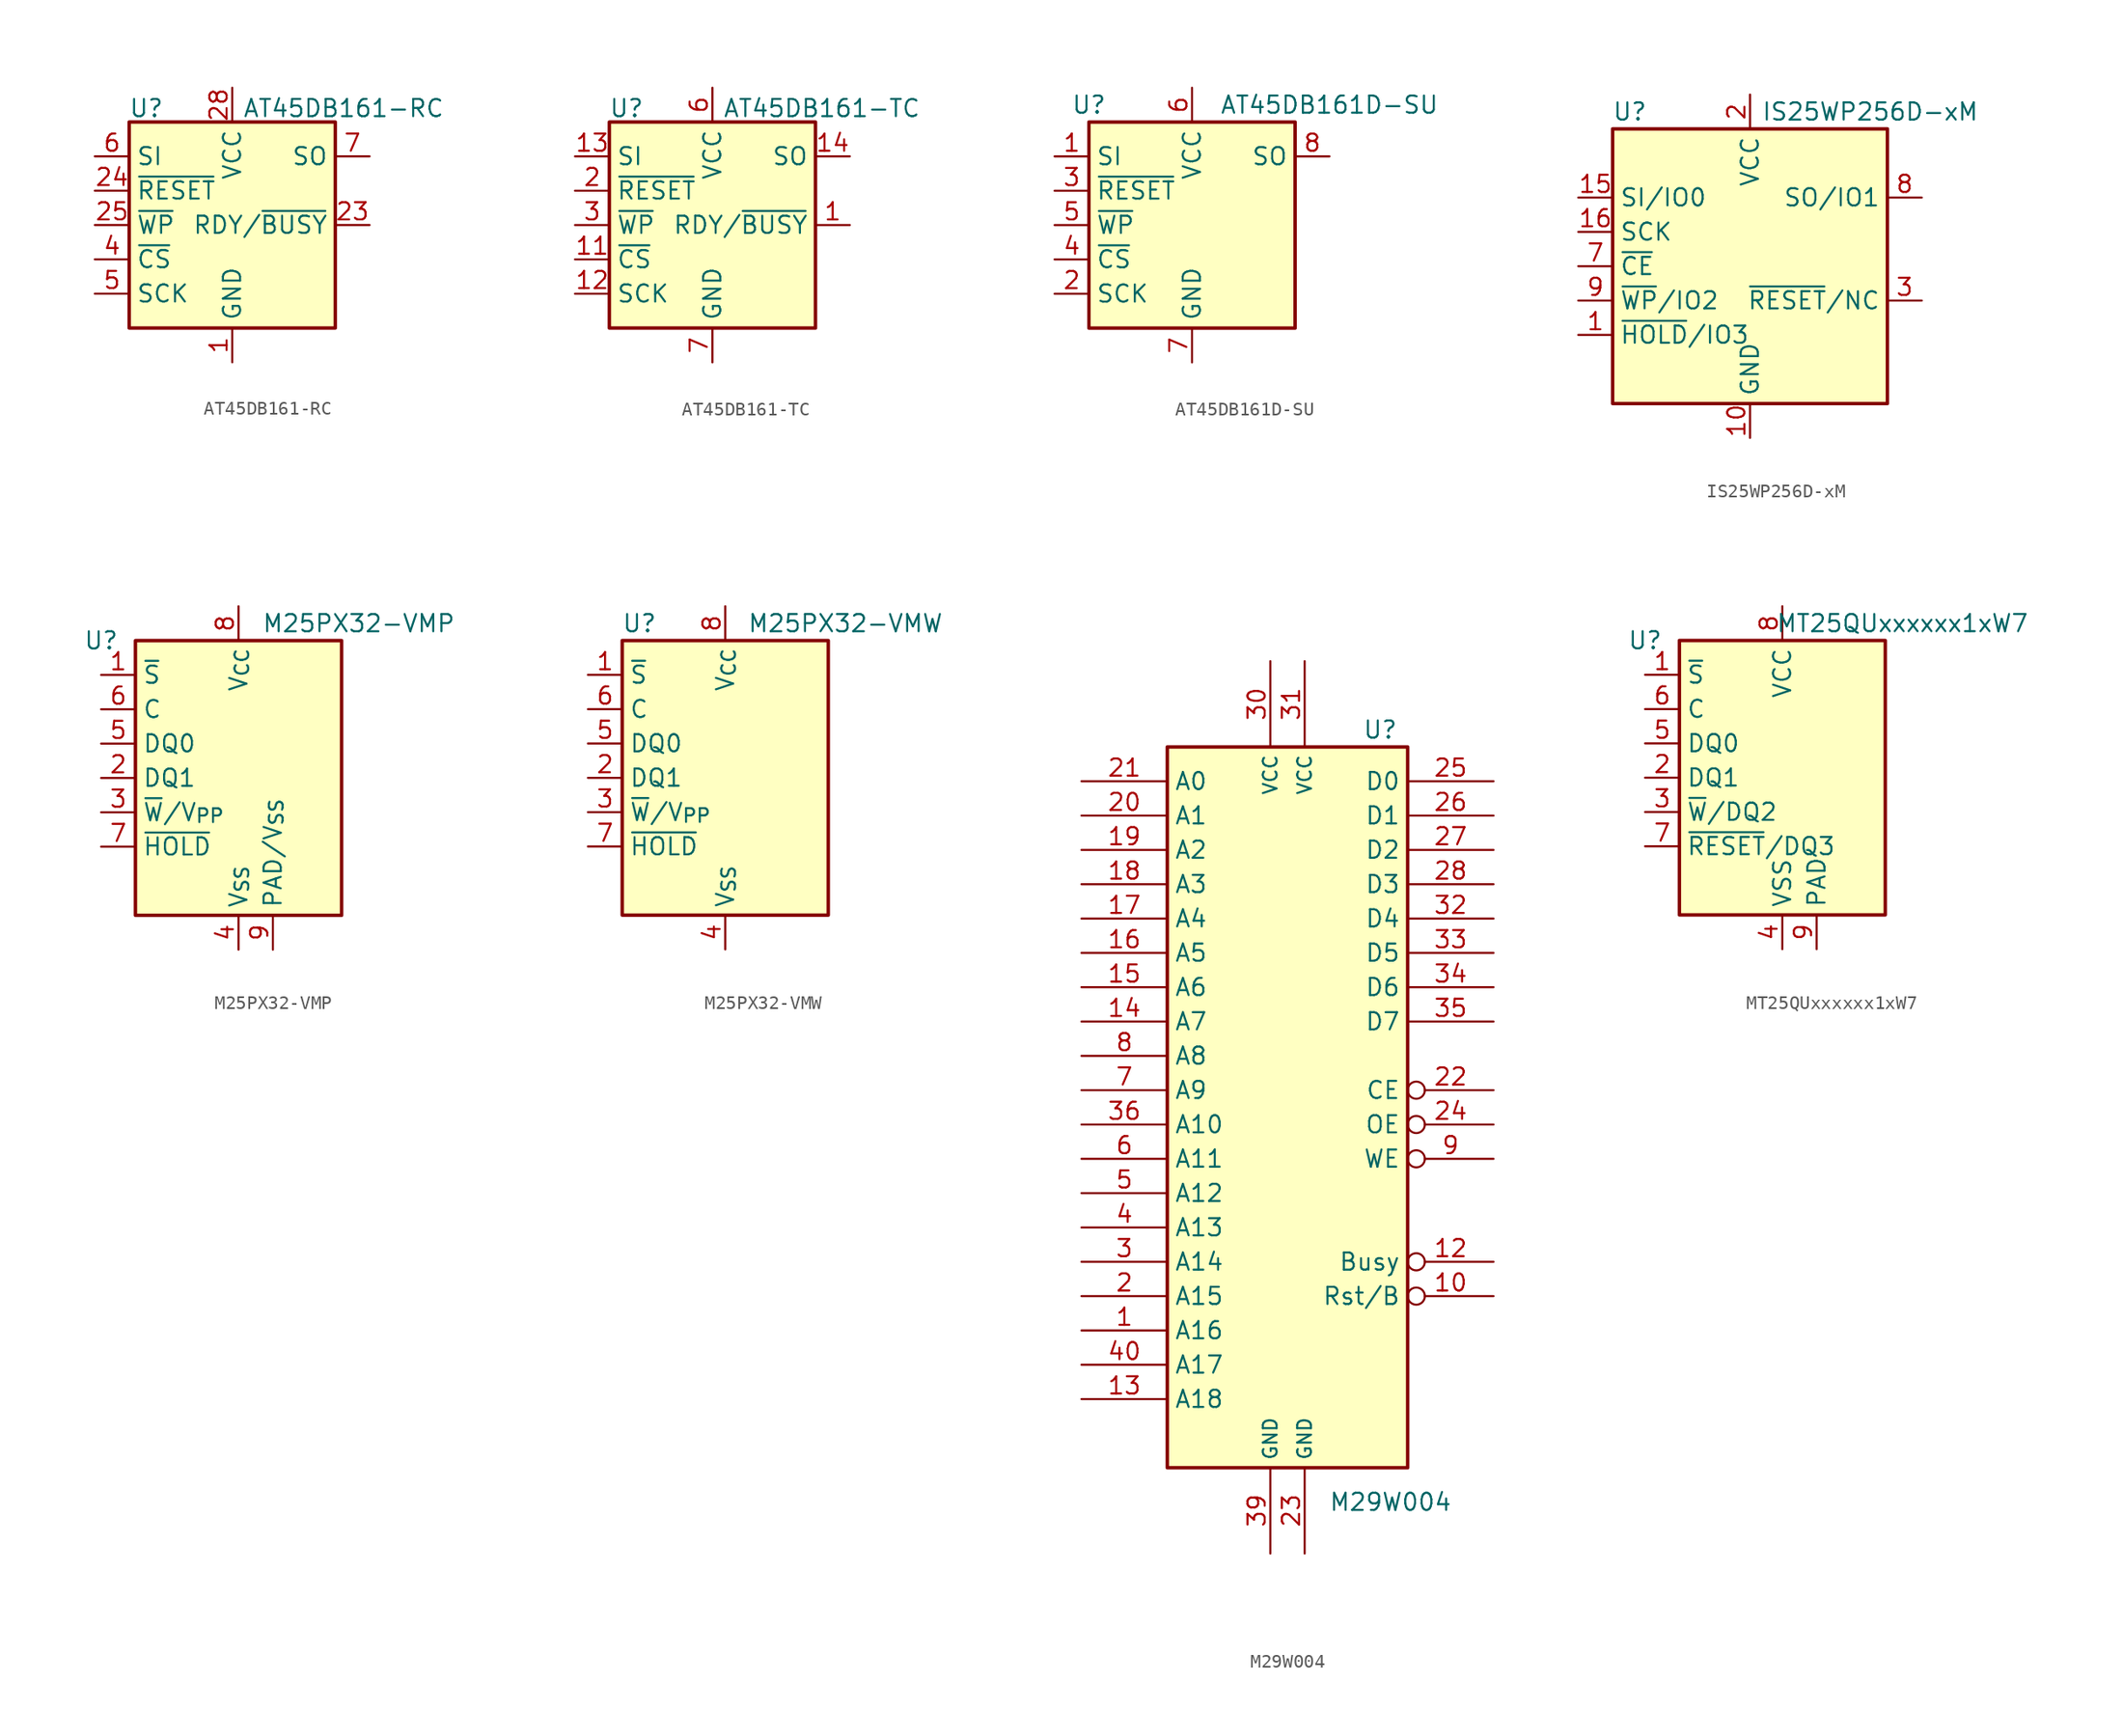
<source format=kicad_sym>
(kicad_symbol_lib
  (version 20241209)
  (generator "kicad_symbol_editor")
  (generator_version "9.0")
  (symbol "AT45DB161-RC"
    (property "Reference" "U"
      (at -6.35 8.636 0)
      (effects (font (size 1.27 1.27))))
    (property "Value" "AT45DB161-RC"
      (at 0.762 8.636 0)
      (effects (font (size 1.27 1.27)) (justify left)))
    (symbol "AT45DB161-RC_0_1"
      (rectangle (start -7.62 7.62) (end 7.62 -7.62) (stroke (width 0.254) (type default)) (fill (type background))))
    (symbol "AT45DB161-RC_1_1"
      (pin input line (at -10.16 5.08 0) (length 2.54) (name "SI" (effects (font (size 1.27 1.27)))) (number "6" (effects (font (size 1.27 1.27)))))
      (pin input line (at -10.16 2.54 0) (length 2.54) (name "~{RESET}" (effects (font (size 1.27 1.27)))) (number "24" (effects (font (size 1.27 1.27)))))
      (pin input line (at -10.16 0 0) (length 2.54) (name "~{WP}" (effects (font (size 1.27 1.27)))) (number "25" (effects (font (size 1.27 1.27)))))
      (pin input line (at -10.16 -2.54 0) (length 2.54) (name "~{CS}" (effects (font (size 1.27 1.27)))) (number "4" (effects (font (size 1.27 1.27)))))
      (pin input line (at -10.16 -5.08 0) (length 2.54) (name "SCK" (effects (font (size 1.27 1.27)))) (number "5" (effects (font (size 1.27 1.27)))))
      (pin power_in line (at 0 10.16 270) (length 2.54) (name "VCC" (effects (font (size 1.27 1.27)))) (number "28" (effects (font (size 1.27 1.27)))))
      (pin power_in line (at 0 -10.16 90) (length 2.54) (name "GND" (effects (font (size 1.27 1.27)))) (number "1" (effects (font (size 1.27 1.27)))))
      (pin output line (at 10.16 5.08 180) (length 2.54) (name "SO" (effects (font (size 1.27 1.27)))) (number "7" (effects (font (size 1.27 1.27)))))
      (pin output line (at 10.16 0 180) (length 2.54) (name "RDY/~{BUSY}" (effects (font (size 1.27 1.27)))) (number "23" (effects (font (size 1.27 1.27)))))))
  (symbol "AT45DB161-TC"
    (property "Reference" "U"
      (at -6.35 8.636 0)
      (effects (font (size 1.27 1.27))))
    (property "Value" "AT45DB161-TC"
      (at 0.762 8.636 0)
      (effects (font (size 1.27 1.27)) (justify left)))
    (symbol "AT45DB161-TC_0_1"
      (rectangle (start -7.62 7.62) (end 7.62 -7.62) (stroke (width 0.254) (type default)) (fill (type background))))
    (symbol "AT45DB161-TC_1_1"
      (pin input line (at -10.16 5.08 0) (length 2.54) (name "SI" (effects (font (size 1.27 1.27)))) (number "13" (effects (font (size 1.27 1.27)))))
      (pin input line (at -10.16 2.54 0) (length 2.54) (name "~{RESET}" (effects (font (size 1.27 1.27)))) (number "2" (effects (font (size 1.27 1.27)))))
      (pin input line (at -10.16 0 0) (length 2.54) (name "~{WP}" (effects (font (size 1.27 1.27)))) (number "3" (effects (font (size 1.27 1.27)))))
      (pin input line (at -10.16 -2.54 0) (length 2.54) (name "~{CS}" (effects (font (size 1.27 1.27)))) (number "11" (effects (font (size 1.27 1.27)))))
      (pin input line (at -10.16 -5.08 0) (length 2.54) (name "SCK" (effects (font (size 1.27 1.27)))) (number "12" (effects (font (size 1.27 1.27)))))
      (pin power_in line (at 0 10.16 270) (length 2.54) (name "VCC" (effects (font (size 1.27 1.27)))) (number "6" (effects (font (size 1.27 1.27)))))
      (pin power_in line (at 0 -10.16 90) (length 2.54) (name "GND" (effects (font (size 1.27 1.27)))) (number "7" (effects (font (size 1.27 1.27)))))
      (pin output line (at 10.16 5.08 180) (length 2.54) (name "SO" (effects (font (size 1.27 1.27)))) (number "14" (effects (font (size 1.27 1.27)))))
      (pin output line (at 10.16 0 180) (length 2.54) (name "RDY/~{BUSY}" (effects (font (size 1.27 1.27)))) (number "1" (effects (font (size 1.27 1.27)))))))
  (symbol "AT45DB161D-SU"
    (property "Reference" "U"
      (at -7.62 8.89 0)
      (effects (font (size 1.27 1.27))))
    (property "Value" "AT45DB161D-SU"
      (at 10.16 8.89 0)
      (effects (font (size 1.27 1.27))))
    (symbol "AT45DB161D-SU_1_1"
      (rectangle (start -7.62 7.62) (end 7.62 -7.62) (stroke (width 0.254) (type default)) (fill (type background)))
      (pin input line (at -10.16 5.08 0) (length 2.54) (name "SI" (effects (font (size 1.27 1.27)))) (number "1" (effects (font (size 1.27 1.27)))))
      (pin bidirectional line (at -10.16 2.54 0) (length 2.54) (name "~{RESET}" (effects (font (size 1.27 1.27)))) (number "3" (effects (font (size 1.27 1.27)))))
      (pin input line (at -10.16 0 0) (length 2.54) (name "~{WP}" (effects (font (size 1.27 1.27)))) (number "5" (effects (font (size 1.27 1.27)))))
      (pin input line (at -10.16 -2.54 0) (length 2.54) (name "~{CS}" (effects (font (size 1.27 1.27)))) (number "4" (effects (font (size 1.27 1.27)))))
      (pin input line (at -10.16 -5.08 0) (length 2.54) (name "SCK" (effects (font (size 1.27 1.27)))) (number "2" (effects (font (size 1.27 1.27)))))
      (pin power_in line (at 0 10.16 270) (length 2.54) (name "VCC" (effects (font (size 1.27 1.27)))) (number "6" (effects (font (size 1.27 1.27)))))
      (pin power_in line (at 0 -10.16 90) (length 2.54) (name "GND" (effects (font (size 1.27 1.27)))) (number "7" (effects (font (size 1.27 1.27)))))
      (pin output line (at 10.16 5.08 180) (length 2.54) (name "SO" (effects (font (size 1.27 1.27)))) (number "8" (effects (font (size 1.27 1.27)))))))
  (symbol "IS25WP256D-xM"
    (property "Reference" "U"
      (at -8.89 11.43 0)
      (effects (font (size 1.27 1.27))))
    (property "Value" "IS25WP256D-xM"
      (at 8.89 11.43 0)
      (effects (font (size 1.27 1.27))))
    (symbol "IS25WP256D-xM_0_1"
      (rectangle (start 10.16 -10.16) (end -10.16 10.16) (stroke (width 0.254) (type default)) (fill (type background)))
      (pin bidirectional line (at -12.7 5.08 0) (length 2.54) (name "SI/IO0" (effects (font (size 1.27 1.27)))) (number "15" (effects (font (size 1.27 1.27)))))
      (pin input line (at -12.7 2.54 0) (length 2.54) (name "SCK" (effects (font (size 1.27 1.27)))) (number "16" (effects (font (size 1.27 1.27)))))
      (pin input line (at -12.7 0 0) (length 2.54) (name "~{CE}" (effects (font (size 1.27 1.27)))) (number "7" (effects (font (size 1.27 1.27)))))
      (pin bidirectional line (at -12.7 -2.54 0) (length 2.54) (name "~{WP}/IO2" (effects (font (size 1.27 1.27)))) (number "9" (effects (font (size 1.27 1.27)))))
      (pin bidirectional line (at -12.7 -5.08 0) (length 2.54) (name "~{HOLD}/IO3" (effects (font (size 1.27 1.27)))) (number "1" (effects (font (size 1.27 1.27)))))
      (pin no_connect line (at -10.16 7.62 0) (length 2.54) (hide yes) (name "NC" (effects (font (size 1.27 1.27)))) (number "4" (effects (font (size 1.27 1.27)))))
      (pin no_connect line (at -10.16 -7.62 0) (length 2.54) (hide yes) (name "NC" (effects (font (size 1.27 1.27)))) (number "5" (effects (font (size 1.27 1.27)))))
      (pin power_in line (at 0 12.7 270) (length 2.54) (name "VCC" (effects (font (size 1.27 1.27)))) (number "2" (effects (font (size 1.27 1.27)))))
      (pin power_in line (at 0 -12.7 90) (length 2.54) (name "GND" (effects (font (size 1.27 1.27)))) (number "10" (effects (font (size 1.27 1.27)))))
      (pin no_connect line (at 10.16 7.62 180) (length 2.54) (hide yes) (name "NC" (effects (font (size 1.27 1.27)))) (number "13" (effects (font (size 1.27 1.27)))))
      (pin no_connect line (at 10.16 2.54 180) (length 2.54) (hide yes) (name "NC" (effects (font (size 1.27 1.27)))) (number "6" (effects (font (size 1.27 1.27)))))
      (pin no_connect line (at 10.16 0 180) (length 2.54) (hide yes) (name "NC" (effects (font (size 1.27 1.27)))) (number "11" (effects (font (size 1.27 1.27)))))
      (pin no_connect line (at 10.16 -5.08 180) (length 2.54) (hide yes) (name "NC" (effects (font (size 1.27 1.27)))) (number "12" (effects (font (size 1.27 1.27)))))
      (pin no_connect line (at 10.16 -7.62 180) (length 2.54) (hide yes) (name "NC" (effects (font (size 1.27 1.27)))) (number "14" (effects (font (size 1.27 1.27)))))
      (pin bidirectional line (at 12.7 5.08 180) (length 2.54) (name "SO/IO1" (effects (font (size 1.27 1.27)))) (number "8" (effects (font (size 1.27 1.27)))))
      (pin input line (at 12.7 -2.54 180) (length 2.54) (name "~{RESET}/NC" (effects (font (size 1.27 1.27)))) (number "3" (effects (font (size 1.27 1.27)))))))
  (symbol "M25PX32-VMP"
    (property "Reference" "U"
      (at -10.16 10.16 0)
      (effects (font (size 1.27 1.27))))
    (property "Value" "M25PX32-VMP"
      (at 8.89 11.43 0)
      (effects (font (size 1.27 1.27))))
    (symbol "M25PX32-VMP_0_1"
      (rectangle (start -7.62 10.16) (end 7.62 -10.16) (stroke (width 0.254) (type default)) (fill (type background))))
    (symbol "M25PX32-VMP_1_1"
      (pin input line (at -10.16 7.62 0) (length 2.54) (name "~{S}" (effects (font (size 1.27 1.27)))) (number "1" (effects (font (size 1.27 1.27)))))
      (pin input line (at -10.16 5.08 0) (length 2.54) (name "C" (effects (font (size 1.27 1.27)))) (number "6" (effects (font (size 1.27 1.27)))))
      (pin bidirectional line (at -10.16 2.54 0) (length 2.54) (name "DQ0" (effects (font (size 1.27 1.27)))) (number "5" (effects (font (size 1.27 1.27)))))
      (pin bidirectional line (at -10.16 0 0) (length 2.54) (name "DQ1" (effects (font (size 1.27 1.27)))) (number "2" (effects (font (size 1.27 1.27)))))
      (pin input line (at -10.16 -2.54 0) (length 2.54) (name "~{W}/V_{PP}" (effects (font (size 1.27 1.27)))) (number "3" (effects (font (size 1.27 1.27)))))
      (pin input line (at -10.16 -5.08 0) (length 2.54) (name "~{HOLD}" (effects (font (size 1.27 1.27)))) (number "7" (effects (font (size 1.27 1.27)))))
      (pin power_in line (at 0 12.7 270) (length 2.54) (name "V_{CC}" (effects (font (size 1.27 1.27)))) (number "8" (effects (font (size 1.27 1.27)))))
      (pin power_in line (at 0 -12.7 90) (length 2.54) (name "V_{SS}" (effects (font (size 1.27 1.27)))) (number "4" (effects (font (size 1.27 1.27)))))
      (pin power_in line (at 2.54 -12.7 90) (length 2.54) (name "PAD/V_{SS}" (effects (font (size 1.27 1.27)))) (number "9" (effects (font (size 1.27 1.27)))))))
  (symbol "M25PX32-VMW"
    (property "Reference" "U"
      (at -6.35 11.43 0)
      (effects (font (size 1.27 1.27))))
    (property "Value" "M25PX32-VMW"
      (at 8.89 11.43 0)
      (effects (font (size 1.27 1.27))))
    (symbol "M25PX32-VMW_0_1"
      (rectangle (start -7.62 10.16) (end 7.62 -10.16) (stroke (width 0.254) (type default)) (fill (type background))))
    (symbol "M25PX32-VMW_1_1"
      (pin input line (at -10.16 7.62 0) (length 2.54) (name "~{S}" (effects (font (size 1.27 1.27)))) (number "1" (effects (font (size 1.27 1.27)))))
      (pin input line (at -10.16 5.08 0) (length 2.54) (name "C" (effects (font (size 1.27 1.27)))) (number "6" (effects (font (size 1.27 1.27)))))
      (pin bidirectional line (at -10.16 2.54 0) (length 2.54) (name "DQ0" (effects (font (size 1.27 1.27)))) (number "5" (effects (font (size 1.27 1.27)))))
      (pin bidirectional line (at -10.16 0 0) (length 2.54) (name "DQ1" (effects (font (size 1.27 1.27)))) (number "2" (effects (font (size 1.27 1.27)))))
      (pin input line (at -10.16 -2.54 0) (length 2.54) (name "~{W}/V_{PP}" (effects (font (size 1.27 1.27)))) (number "3" (effects (font (size 1.27 1.27)))))
      (pin input line (at -10.16 -5.08 0) (length 2.54) (name "~{HOLD}" (effects (font (size 1.27 1.27)))) (number "7" (effects (font (size 1.27 1.27)))))
      (pin power_in line (at 0 12.7 270) (length 2.54) (name "V_{CC}" (effects (font (size 1.27 1.27)))) (number "8" (effects (font (size 1.27 1.27)))))
      (pin power_in line (at 0 -12.7 90) (length 2.54) (name "V_{SS}" (effects (font (size 1.27 1.27)))) (number "4" (effects (font (size 1.27 1.27)))))))
  (symbol "M29W004"
    (property "Reference" "U"
      (at 6.858 27.94 0)
      (effects (font (size 1.27 1.27))))
    (property "Value" "M29W004"
      (at 7.62 -29.21 0)
      (effects (font (size 1.27 1.27))))
    (symbol "M29W004_0_1"
      (rectangle (start -8.89 26.67) (end 8.89 -26.67) (stroke (width 0.254) (type default)) (fill (type background))))
    (symbol "M29W004_1_1"
      (pin input line (at -15.24 24.13 0) (length 6.35) (name "A0" (effects (font (size 1.27 1.27)))) (number "21" (effects (font (size 1.27 1.27)))))
      (pin input line (at -15.24 21.59 0) (length 6.35) (name "A1" (effects (font (size 1.27 1.27)))) (number "20" (effects (font (size 1.27 1.27)))))
      (pin input line (at -15.24 19.05 0) (length 6.35) (name "A2" (effects (font (size 1.27 1.27)))) (number "19" (effects (font (size 1.27 1.27)))))
      (pin input line (at -15.24 16.51 0) (length 6.35) (name "A3" (effects (font (size 1.27 1.27)))) (number "18" (effects (font (size 1.27 1.27)))))
      (pin input line (at -15.24 13.97 0) (length 6.35) (name "A4" (effects (font (size 1.27 1.27)))) (number "17" (effects (font (size 1.27 1.27)))))
      (pin input line (at -15.24 11.43 0) (length 6.35) (name "A5" (effects (font (size 1.27 1.27)))) (number "16" (effects (font (size 1.27 1.27)))))
      (pin input line (at -15.24 8.89 0) (length 6.35) (name "A6" (effects (font (size 1.27 1.27)))) (number "15" (effects (font (size 1.27 1.27)))))
      (pin input line (at -15.24 6.35 0) (length 6.35) (name "A7" (effects (font (size 1.27 1.27)))) (number "14" (effects (font (size 1.27 1.27)))))
      (pin input line (at -15.24 3.81 0) (length 6.35) (name "A8" (effects (font (size 1.27 1.27)))) (number "8" (effects (font (size 1.27 1.27)))))
      (pin input line (at -15.24 1.27 0) (length 6.35) (name "A9" (effects (font (size 1.27 1.27)))) (number "7" (effects (font (size 1.27 1.27)))))
      (pin input line (at -15.24 -1.27 0) (length 6.35) (name "A10" (effects (font (size 1.27 1.27)))) (number "36" (effects (font (size 1.27 1.27)))))
      (pin input line (at -15.24 -3.81 0) (length 6.35) (name "A11" (effects (font (size 1.27 1.27)))) (number "6" (effects (font (size 1.27 1.27)))))
      (pin input line (at -15.24 -6.35 0) (length 6.35) (name "A12" (effects (font (size 1.27 1.27)))) (number "5" (effects (font (size 1.27 1.27)))))
      (pin input line (at -15.24 -8.89 0) (length 6.35) (name "A13" (effects (font (size 1.27 1.27)))) (number "4" (effects (font (size 1.27 1.27)))))
      (pin input line (at -15.24 -11.43 0) (length 6.35) (name "A14" (effects (font (size 1.27 1.27)))) (number "3" (effects (font (size 1.27 1.27)))))
      (pin input line (at -15.24 -13.97 0) (length 6.35) (name "A15" (effects (font (size 1.27 1.27)))) (number "2" (effects (font (size 1.27 1.27)))))
      (pin input line (at -15.24 -16.51 0) (length 6.35) (name "A16" (effects (font (size 1.27 1.27)))) (number "1" (effects (font (size 1.27 1.27)))))
      (pin input line (at -15.24 -19.05 0) (length 6.35) (name "A17" (effects (font (size 1.27 1.27)))) (number "40" (effects (font (size 1.27 1.27)))))
      (pin input line (at -15.24 -21.59 0) (length 6.35) (name "A18" (effects (font (size 1.27 1.27)))) (number "13" (effects (font (size 1.27 1.27)))))
      (pin power_in line (at -1.27 33.02 270) (length 6.35) (name "VCC" (effects (font (size 1.016 1.016)))) (number "30" (effects (font (size 1.27 1.27)))))
      (pin power_in line (at -1.27 -33.02 90) (length 6.35) (name "GND" (effects (font (size 1.016 1.016)))) (number "39" (effects (font (size 1.27 1.27)))))
      (pin power_in line (at 1.27 33.02 270) (length 6.35) (name "VCC" (effects (font (size 1.016 1.016)))) (number "31" (effects (font (size 1.27 1.27)))))
      (pin power_in line (at 1.27 -33.02 90) (length 6.35) (name "GND" (effects (font (size 1.016 1.016)))) (number "23" (effects (font (size 1.27 1.27)))))
      (pin tri_state line (at 15.24 24.13 180) (length 6.35) (name "D0" (effects (font (size 1.27 1.27)))) (number "25" (effects (font (size 1.27 1.27)))))
      (pin tri_state line (at 15.24 21.59 180) (length 6.35) (name "D1" (effects (font (size 1.27 1.27)))) (number "26" (effects (font (size 1.27 1.27)))))
      (pin tri_state line (at 15.24 19.05 180) (length 6.35) (name "D2" (effects (font (size 1.27 1.27)))) (number "27" (effects (font (size 1.27 1.27)))))
      (pin tri_state line (at 15.24 16.51 180) (length 6.35) (name "D3" (effects (font (size 1.27 1.27)))) (number "28" (effects (font (size 1.27 1.27)))))
      (pin tri_state line (at 15.24 13.97 180) (length 6.35) (name "D4" (effects (font (size 1.27 1.27)))) (number "32" (effects (font (size 1.27 1.27)))))
      (pin tri_state line (at 15.24 11.43 180) (length 6.35) (name "D5" (effects (font (size 1.27 1.27)))) (number "33" (effects (font (size 1.27 1.27)))))
      (pin tri_state line (at 15.24 8.89 180) (length 6.35) (name "D6" (effects (font (size 1.27 1.27)))) (number "34" (effects (font (size 1.27 1.27)))))
      (pin tri_state line (at 15.24 6.35 180) (length 6.35) (name "D7" (effects (font (size 1.27 1.27)))) (number "35" (effects (font (size 1.27 1.27)))))
      (pin input inverted (at 15.24 1.27 180) (length 6.35) (name "CE" (effects (font (size 1.27 1.27)))) (number "22" (effects (font (size 1.27 1.27)))))
      (pin input inverted (at 15.24 -1.27 180) (length 6.35) (name "OE" (effects (font (size 1.27 1.27)))) (number "24" (effects (font (size 1.27 1.27)))))
      (pin input inverted (at 15.24 -3.81 180) (length 6.35) (name "WE" (effects (font (size 1.27 1.27)))) (number "9" (effects (font (size 1.27 1.27)))))
      (pin output inverted (at 15.24 -11.43 180) (length 6.35) (name "Busy" (effects (font (size 1.27 1.27)))) (number "12" (effects (font (size 1.27 1.27)))))
      (pin input inverted (at 15.24 -13.97 180) (length 6.35) (name "Rst/B" (effects (font (size 1.27 1.27)))) (number "10" (effects (font (size 1.27 1.27)))))))
  (symbol "MT25QUxxxxxx1xW7"
    (property "Reference" "U"
      (at -10.16 10.16 0)
      (effects (font (size 1.27 1.27))))
    (property "Value" "MT25QUxxxxxx1xW7"
      (at 8.89 11.43 0)
      (effects (font (size 1.27 1.27))))
    (symbol "MT25QUxxxxxx1xW7_0_1"
      (rectangle (start -7.62 10.16) (end 7.62 -10.16) (stroke (width 0.254) (type default)) (fill (type background))))
    (symbol "MT25QUxxxxxx1xW7_1_1"
      (pin input line (at -10.16 7.62 0) (length 2.54) (name "~{S}" (effects (font (size 1.27 1.27)))) (number "1" (effects (font (size 1.27 1.27)))))
      (pin input line (at -10.16 5.08 0) (length 2.54) (name "C" (effects (font (size 1.27 1.27)))) (number "6" (effects (font (size 1.27 1.27)))))
      (pin bidirectional line (at -10.16 2.54 0) (length 2.54) (name "DQ0" (effects (font (size 1.27 1.27)))) (number "5" (effects (font (size 1.27 1.27)))))
      (pin bidirectional line (at -10.16 0 0) (length 2.54) (name "DQ1" (effects (font (size 1.27 1.27)))) (number "2" (effects (font (size 1.27 1.27)))))
      (pin input line (at -10.16 -2.54 0) (length 2.54) (name "~{W}/DQ2" (effects (font (size 1.27 1.27)))) (number "3" (effects (font (size 1.27 1.27)))))
      (pin input line (at -10.16 -5.08 0) (length 2.54) (name "~{RESET}/DQ3" (effects (font (size 1.27 1.27)))) (number "7" (effects (font (size 1.27 1.27)))))
      (pin power_in line (at 0 12.7 270) (length 2.54) (name "VCC" (effects (font (size 1.27 1.27)))) (number "8" (effects (font (size 1.27 1.27)))))
      (pin power_in line (at 0 -12.7 90) (length 2.54) (name "VSS" (effects (font (size 1.27 1.27)))) (number "4" (effects (font (size 1.27 1.27)))))
      (pin power_in line (at 2.54 -12.7 90) (length 2.54) (name "PAD" (effects (font (size 1.27 1.27)))) (number "9" (effects (font (size 1.27 1.27))))))))
</source>
